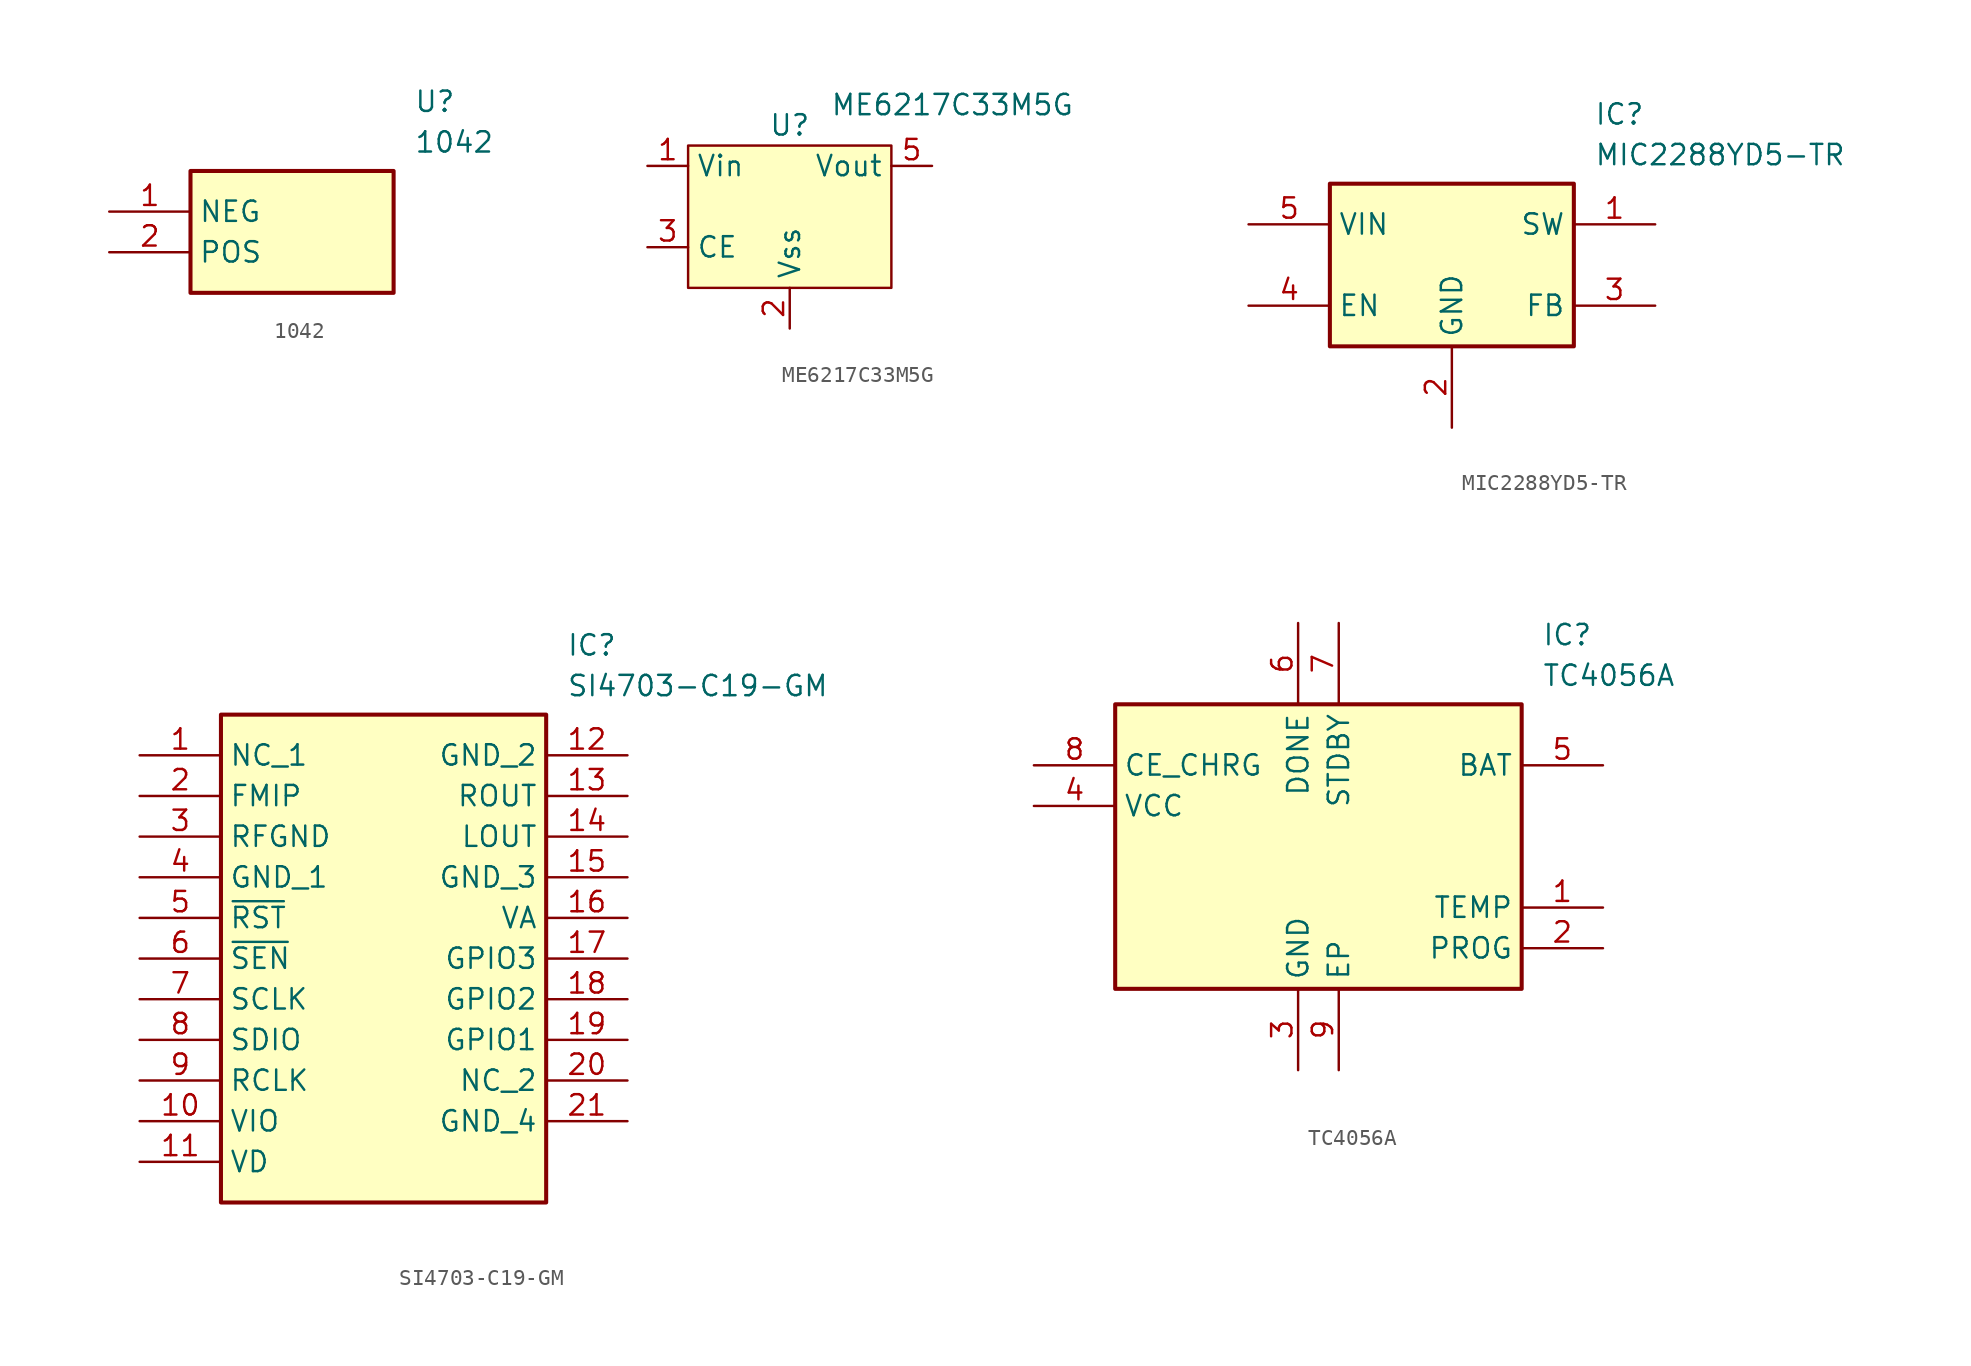
<source format=kicad_sym>
(kicad_symbol_lib
  (version 20220914)
  (generator kicad_symbol_editor)
  (symbol "1042"
    (property "Reference" "U"
      (at 19.05 7.62 0)
      (effects (font (size 1.27 1.27)) (justify left top)))
    (property "Value" "1042"
      (at 19.05 5.08 0)
      (effects (font (size 1.27 1.27)) (justify left top)))
    (symbol "1042_1_1"
      (rectangle (start 5.08 2.54) (end 17.78 -5.08) (stroke (width 0.254) (type default)) (fill (type background)))
      (pin passive line (at 0 0 0) (length 5.08) (name "NEG" (effects (font (size 1.27 1.27)))) (number "1" (effects (font (size 1.27 1.27)))))
      (pin passive line (at 0 -2.54 0) (length 5.08) (name "POS" (effects (font (size 1.27 1.27)))) (number "2" (effects (font (size 1.27 1.27)))))))
  (symbol "ME6217C33M5G"
    (property "Reference" "U"
      (at 0 5.08 0)
      (effects (font (size 1.27 1.27))))
    (property "Value" "ME6217C33M5G"
      (at 10.16 6.35 0)
      (effects (font (size 1.27 1.27))))
    (symbol "ME6217C33M5G_1_1"
      (rectangle (start -6.35 3.81) (end 6.35 -5.08) (stroke (width 0) (type default)) (fill (type background)))
      (pin power_in line (at -8.89 2.54 0) (length 2.54) (name "Vin" (effects (font (size 1.27 1.27)))) (number "1" (effects (font (size 1.27 1.27)))))
      (pin power_in line (at 0 -7.62 90) (length 2.54) (name "Vss" (effects (font (size 1.27 1.27)))) (number "2" (effects (font (size 1.27 1.27)))))
      (pin input line (at -8.89 -2.54 0) (length 2.54) (name "CE" (effects (font (size 1.27 1.27)))) (number "3" (effects (font (size 1.27 1.27)))))
      (pin no_connect line (at 8.89 -2.54 180) (length 2.54) hide (name "NC" (effects (font (size 1.27 1.27)))) (number "4" (effects (font (size 1.27 1.27)))))
      (pin power_out line (at 8.89 2.54 180) (length 2.54) (name "Vout" (effects (font (size 1.27 1.27)))) (number "5" (effects (font (size 1.27 1.27)))))))
  (symbol "MIC2288YD5-TR"
    (property "Reference" "IC"
      (at 21.59 7.62 0)
      (effects (font (size 1.27 1.27)) (justify left top)))
    (property "Value" "MIC2288YD5-TR"
      (at 21.59 5.08 0)
      (effects (font (size 1.27 1.27)) (justify left top)))
    (symbol "MIC2288YD5-TR_1_1"
      (rectangle (start 5.08 2.54) (end 20.32 -7.62) (stroke (width 0.254) (type default)) (fill (type background)))
      (pin passive line (at 25.4 0 180) (length 5.08) (name "SW" (effects (font (size 1.27 1.27)))) (number "1" (effects (font (size 1.27 1.27)))))
      (pin passive line (at 12.7 -12.7 90) (length 5.08) (name "GND" (effects (font (size 1.27 1.27)))) (number "2" (effects (font (size 1.27 1.27)))))
      (pin passive line (at 25.4 -5.08 180) (length 5.08) (name "FB" (effects (font (size 1.27 1.27)))) (number "3" (effects (font (size 1.27 1.27)))))
      (pin passive line (at 0 -5.08 0) (length 5.08) (name "EN" (effects (font (size 1.27 1.27)))) (number "4" (effects (font (size 1.27 1.27)))))
      (pin passive line (at 0 0 0) (length 5.08) (name "VIN" (effects (font (size 1.27 1.27)))) (number "5" (effects (font (size 1.27 1.27)))))))
  (symbol "SI4703-C19-GM"
    (property "Reference" "IC"
      (at 26.67 7.62 0)
      (effects (font (size 1.27 1.27)) (justify left top)))
    (property "Value" "SI4703-C19-GM"
      (at 26.67 5.08 0)
      (effects (font (size 1.27 1.27)) (justify left top)))
    (symbol "SI4703-C19-GM_1_1"
      (rectangle (start 5.08 2.54) (end 25.4 -27.94) (stroke (width 0.254) (type default)) (fill (type background)))
      (pin passive line (at 0 0 0) (length 5.08) (name "NC_1" (effects (font (size 1.27 1.27)))) (number "1" (effects (font (size 1.27 1.27)))))
      (pin passive line (at 0 -22.86 0) (length 5.08) (name "VIO" (effects (font (size 1.27 1.27)))) (number "10" (effects (font (size 1.27 1.27)))))
      (pin passive line (at 0 -25.4 0) (length 5.08) (name "VD" (effects (font (size 1.27 1.27)))) (number "11" (effects (font (size 1.27 1.27)))))
      (pin passive line (at 30.48 0 180) (length 5.08) (name "GND_2" (effects (font (size 1.27 1.27)))) (number "12" (effects (font (size 1.27 1.27)))))
      (pin passive line (at 30.48 -2.54 180) (length 5.08) (name "ROUT" (effects (font (size 1.27 1.27)))) (number "13" (effects (font (size 1.27 1.27)))))
      (pin passive line (at 30.48 -5.08 180) (length 5.08) (name "LOUT" (effects (font (size 1.27 1.27)))) (number "14" (effects (font (size 1.27 1.27)))))
      (pin passive line (at 30.48 -7.62 180) (length 5.08) (name "GND_3" (effects (font (size 1.27 1.27)))) (number "15" (effects (font (size 1.27 1.27)))))
      (pin passive line (at 30.48 -10.16 180) (length 5.08) (name "VA" (effects (font (size 1.27 1.27)))) (number "16" (effects (font (size 1.27 1.27)))))
      (pin passive line (at 30.48 -12.7 180) (length 5.08) (name "GPIO3" (effects (font (size 1.27 1.27)))) (number "17" (effects (font (size 1.27 1.27)))))
      (pin passive line (at 30.48 -15.24 180) (length 5.08) (name "GPIO2" (effects (font (size 1.27 1.27)))) (number "18" (effects (font (size 1.27 1.27)))))
      (pin passive line (at 30.48 -17.78 180) (length 5.08) (name "GPIO1" (effects (font (size 1.27 1.27)))) (number "19" (effects (font (size 1.27 1.27)))))
      (pin passive line (at 0 -2.54 0) (length 5.08) (name "FMIP" (effects (font (size 1.27 1.27)))) (number "2" (effects (font (size 1.27 1.27)))))
      (pin passive line (at 30.48 -20.32 180) (length 5.08) (name "NC_2" (effects (font (size 1.27 1.27)))) (number "20" (effects (font (size 1.27 1.27)))))
      (pin passive line (at 30.48 -22.86 180) (length 5.08) (name "GND_4" (effects (font (size 1.27 1.27)))) (number "21" (effects (font (size 1.27 1.27)))))
      (pin passive line (at 0 -5.08 0) (length 5.08) (name "RFGND" (effects (font (size 1.27 1.27)))) (number "3" (effects (font (size 1.27 1.27)))))
      (pin passive line (at 0 -7.62 0) (length 5.08) (name "GND_1" (effects (font (size 1.27 1.27)))) (number "4" (effects (font (size 1.27 1.27)))))
      (pin passive line (at 0 -10.16 0) (length 5.08) (name "~{RST}" (effects (font (size 1.27 1.27)))) (number "5" (effects (font (size 1.27 1.27)))))
      (pin passive line (at 0 -12.7 0) (length 5.08) (name "~{SEN}" (effects (font (size 1.27 1.27)))) (number "6" (effects (font (size 1.27 1.27)))))
      (pin passive line (at 0 -15.24 0) (length 5.08) (name "SCLK" (effects (font (size 1.27 1.27)))) (number "7" (effects (font (size 1.27 1.27)))))
      (pin passive line (at 0 -17.78 0) (length 5.08) (name "SDIO" (effects (font (size 1.27 1.27)))) (number "8" (effects (font (size 1.27 1.27)))))
      (pin passive line (at 0 -20.32 0) (length 5.08) (name "RCLK" (effects (font (size 1.27 1.27)))) (number "9" (effects (font (size 1.27 1.27)))))))
  (symbol "TC4056A"
    (property "Reference" "IC"
      (at 31.75 7.62 0)
      (effects (font (size 1.27 1.27)) (justify left top)))
    (property "Value" "TC4056A"
      (at 31.75 5.08 0)
      (effects (font (size 1.27 1.27)) (justify left top)))
    (symbol "TC4056A_1_1"
      (rectangle (start 5.08 2.54) (end 30.48 -15.24) (stroke (width 0.254) (type default)) (fill (type background)))
      (pin passive line (at 35.56 -10.16 180) (length 5.08) (name "TEMP" (effects (font (size 1.27 1.27)))) (number "1" (effects (font (size 1.27 1.27)))))
      (pin passive line (at 35.56 -12.7 180) (length 5.08) (name "PROG" (effects (font (size 1.27 1.27)))) (number "2" (effects (font (size 1.27 1.27)))))
      (pin passive line (at 16.51 -20.32 90) (length 5.08) (name "GND" (effects (font (size 1.27 1.27)))) (number "3" (effects (font (size 1.27 1.27)))))
      (pin passive line (at 0 -3.81 0) (length 5.08) (name "VCC" (effects (font (size 1.27 1.27)))) (number "4" (effects (font (size 1.27 1.27)))))
      (pin power_out line (at 35.56 -1.27 180) (length 5.08) (name "BAT" (effects (font (size 1.27 1.27)))) (number "5" (effects (font (size 1.27 1.27)))))
      (pin passive line (at 16.51 7.62 270) (length 5.08) (name "DONE" (effects (font (size 1.27 1.27)))) (number "6" (effects (font (size 1.27 1.27)))))
      (pin passive line (at 19.05 7.62 270) (length 5.08) (name "STDBY" (effects (font (size 1.27 1.27)))) (number "7" (effects (font (size 1.27 1.27)))))
      (pin passive line (at 0 -1.27 0) (length 5.08) (name "CE_CHRG" (effects (font (size 1.27 1.27)))) (number "8" (effects (font (size 1.27 1.27)))))
      (pin passive line (at 19.05 -20.32 90) (length 5.08) (name "EP" (effects (font (size 1.27 1.27)))) (number "9" (effects (font (size 1.27 1.27))))))))
</source>
